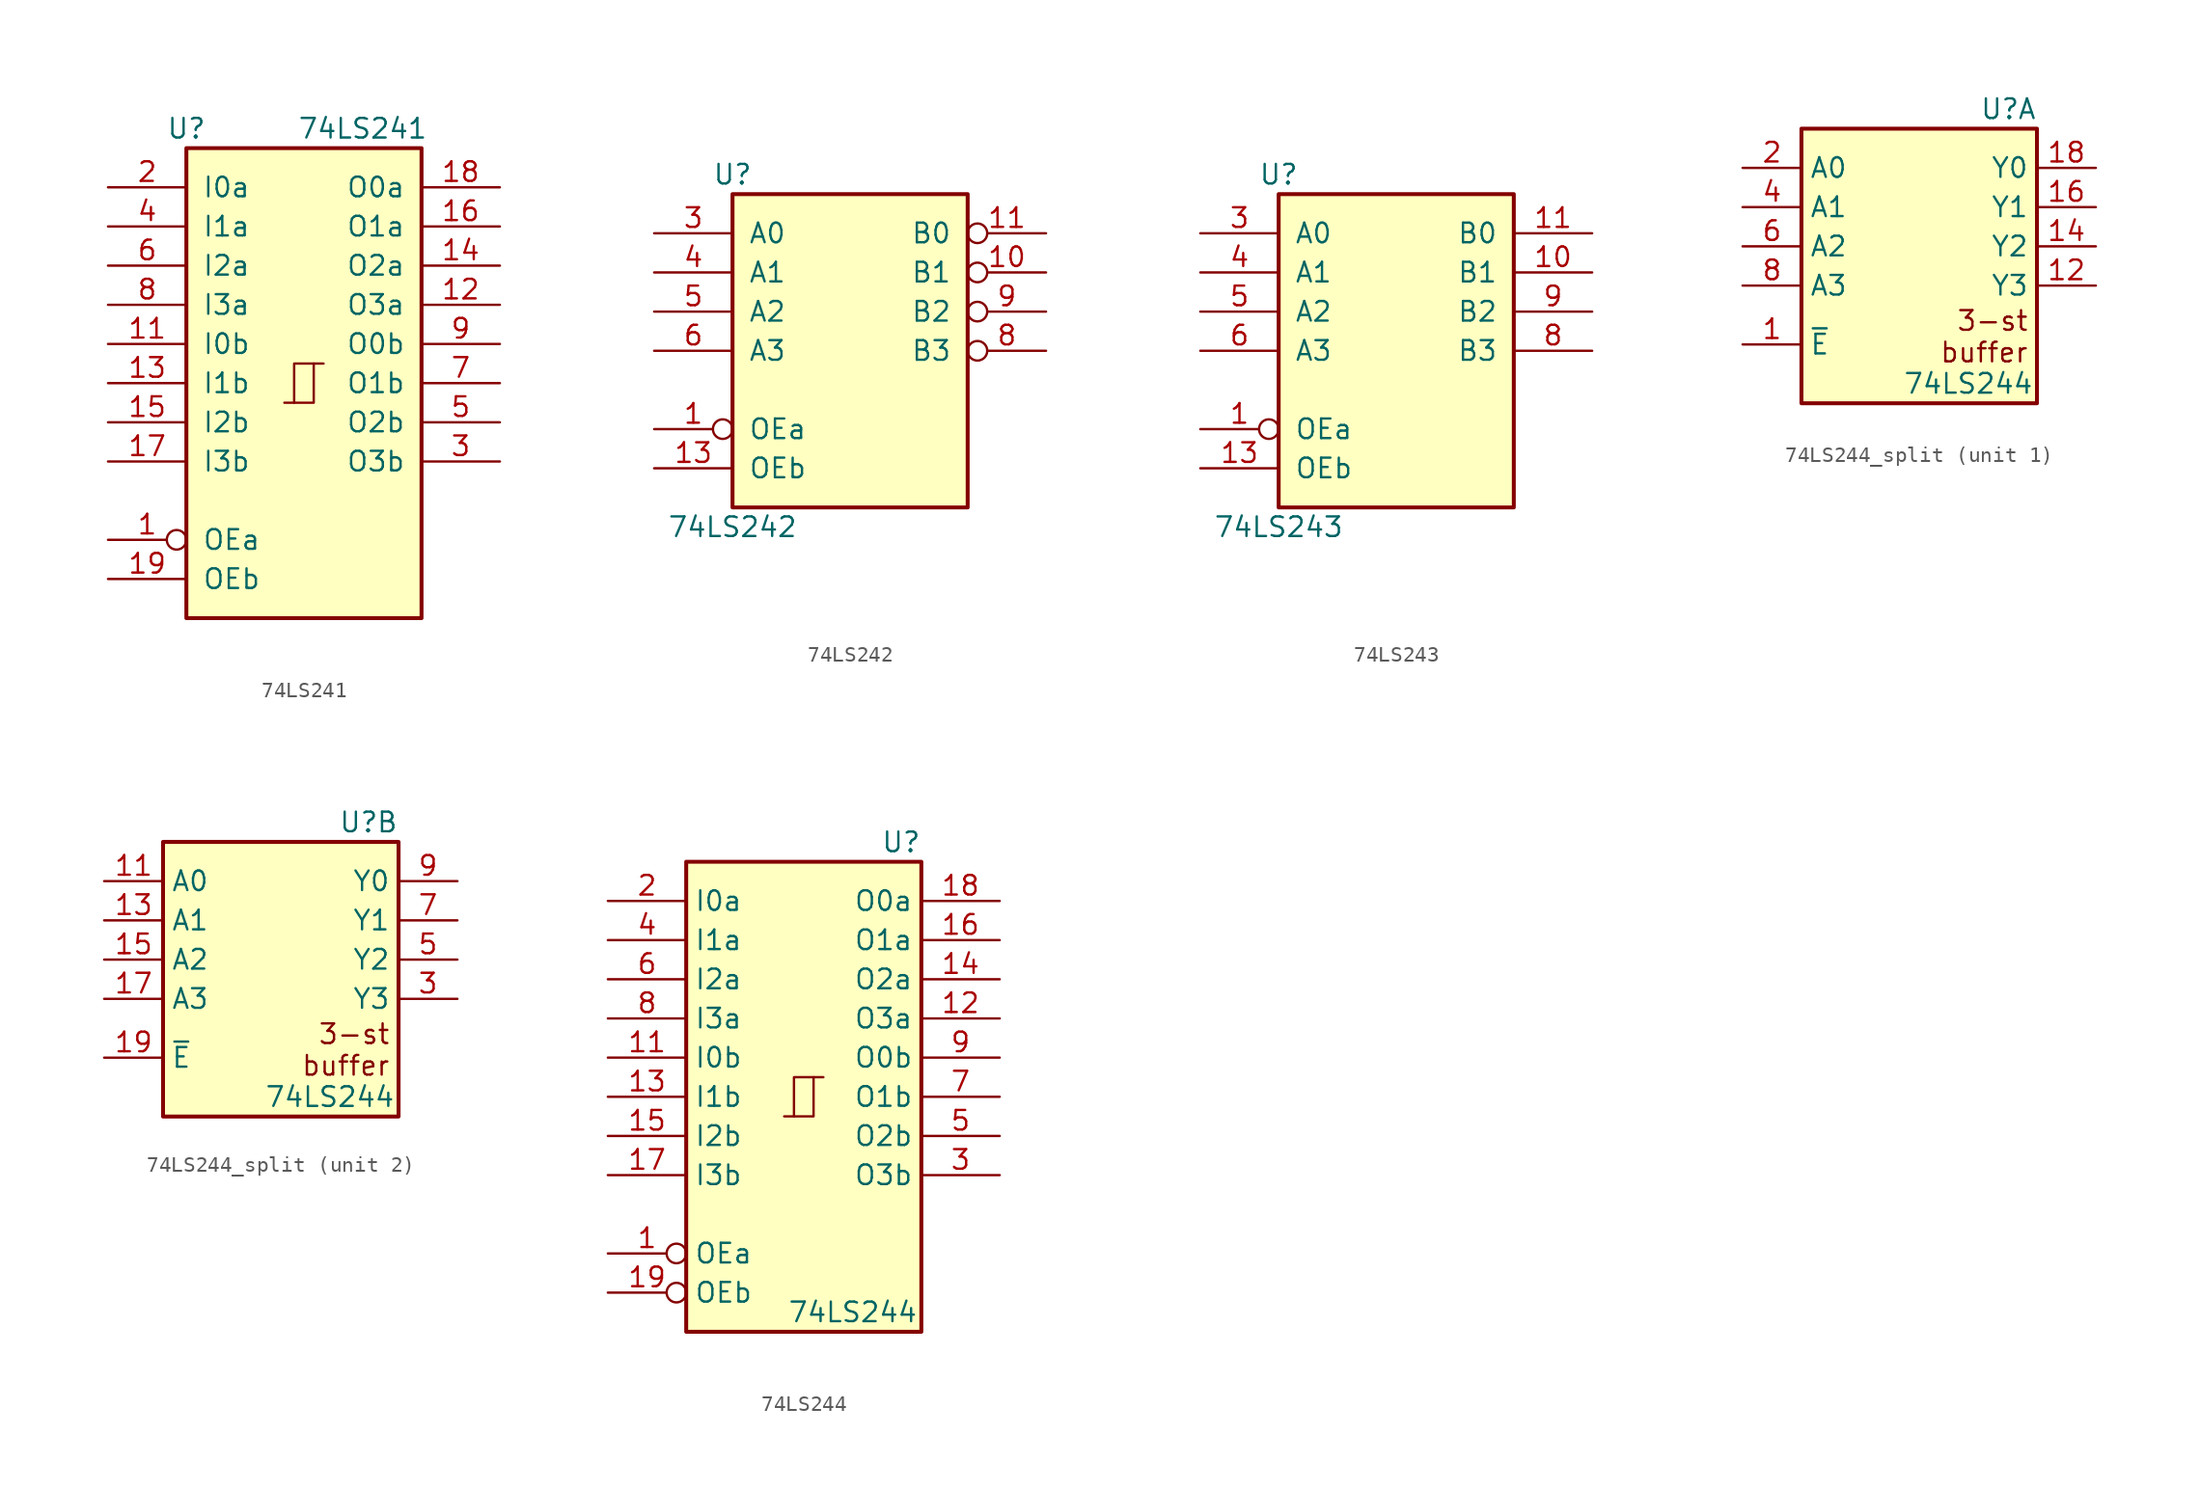
<source format=kicad_sym>
(kicad_symbol_lib
  (version 20231120)
  (generator "kicad_symbol_editor")
  (generator_version "8.0")
  (symbol "74LS241"
    (pin_names
      (offset 1.016))
    (property "Reference" "U"
      (at -7.62 16.51 0)
      (effects (font (size 1.27 1.27))))
    (property "Value" "74LS241"
      (at 3.81 16.51 0)
      (effects (font (size 1.27 1.27))))
    (property "ki_locked" ""
      (at 0 0 0)
      (effects (font (size 1.27 1.27))))
    (symbol "74LS241_1_0"
      (polyline (pts (xy -0.635 -1.27) (xy -0.635 1.27) (xy 0.635 1.27)) (stroke (width 0) (type default)) (fill (type none)))
      (polyline (pts (xy -1.27 -1.27) (xy 0.635 -1.27) (xy 0.635 1.27) (xy 1.27 1.27)) (stroke (width 0) (type default)) (fill (type none)))
      (pin input inverted (at -12.7 -10.16 0) (length 5.08) (name "OEa" (effects (font (size 1.27 1.27)))) (number "1" (effects (font (size 1.27 1.27)))))
      (pin power_in line (at 0 -15.24 90) (length 5.08) hide (name "GND" (effects (font (size 1.27 1.27)))) (number "10" (effects (font (size 1.27 1.27)))))
      (pin input line (at -12.7 2.54 0) (length 5.08) (name "I0b" (effects (font (size 1.27 1.27)))) (number "11" (effects (font (size 1.27 1.27)))))
      (pin tri_state line (at 12.7 5.08 180) (length 5.08) (name "O3a" (effects (font (size 1.27 1.27)))) (number "12" (effects (font (size 1.27 1.27)))))
      (pin input line (at -12.7 0 0) (length 5.08) (name "I1b" (effects (font (size 1.27 1.27)))) (number "13" (effects (font (size 1.27 1.27)))))
      (pin tri_state line (at 12.7 7.62 180) (length 5.08) (name "O2a" (effects (font (size 1.27 1.27)))) (number "14" (effects (font (size 1.27 1.27)))))
      (pin input line (at -12.7 -2.54 0) (length 5.08) (name "I2b" (effects (font (size 1.27 1.27)))) (number "15" (effects (font (size 1.27 1.27)))))
      (pin tri_state line (at 12.7 10.16 180) (length 5.08) (name "O1a" (effects (font (size 1.27 1.27)))) (number "16" (effects (font (size 1.27 1.27)))))
      (pin input line (at -12.7 -5.08 0) (length 5.08) (name "I3b" (effects (font (size 1.27 1.27)))) (number "17" (effects (font (size 1.27 1.27)))))
      (pin tri_state line (at 12.7 12.7 180) (length 5.08) (name "O0a" (effects (font (size 1.27 1.27)))) (number "18" (effects (font (size 1.27 1.27)))))
      (pin input line (at -12.7 -12.7 0) (length 5.08) (name "OEb" (effects (font (size 1.27 1.27)))) (number "19" (effects (font (size 1.27 1.27)))))
      (pin input line (at -12.7 12.7 0) (length 5.08) (name "I0a" (effects (font (size 1.27 1.27)))) (number "2" (effects (font (size 1.27 1.27)))))
      (pin power_in line (at 0 15.24 270) (length 5.08) hide (name "VCC" (effects (font (size 1.27 1.27)))) (number "20" (effects (font (size 1.27 1.27)))))
      (pin tri_state line (at 12.7 -5.08 180) (length 5.08) (name "O3b" (effects (font (size 1.27 1.27)))) (number "3" (effects (font (size 1.27 1.27)))))
      (pin input line (at -12.7 10.16 0) (length 5.08) (name "I1a" (effects (font (size 1.27 1.27)))) (number "4" (effects (font (size 1.27 1.27)))))
      (pin tri_state line (at 12.7 -2.54 180) (length 5.08) (name "O2b" (effects (font (size 1.27 1.27)))) (number "5" (effects (font (size 1.27 1.27)))))
      (pin input line (at -12.7 7.62 0) (length 5.08) (name "I2a" (effects (font (size 1.27 1.27)))) (number "6" (effects (font (size 1.27 1.27)))))
      (pin tri_state line (at 12.7 0 180) (length 5.08) (name "O1b" (effects (font (size 1.27 1.27)))) (number "7" (effects (font (size 1.27 1.27)))))
      (pin input line (at -12.7 5.08 0) (length 5.08) (name "I3a" (effects (font (size 1.27 1.27)))) (number "8" (effects (font (size 1.27 1.27)))))
      (pin tri_state line (at 12.7 2.54 180) (length 5.08) (name "O0b" (effects (font (size 1.27 1.27)))) (number "9" (effects (font (size 1.27 1.27))))))
    (symbol "74LS241_1_1"
      (rectangle (start -7.62 15.24) (end 7.62 -15.24) (stroke (width 0.254) (type default)) (fill (type background)))))
  (symbol "74LS242"
    (pin_names
      (offset 1.016))
    (property "Reference" "U"
      (at -7.62 11.43 0)
      (effects (font (size 1.27 1.27))))
    (property "Value" "74LS242"
      (at -7.62 -11.43 0)
      (effects (font (size 1.27 1.27))))
    (property "ki_locked" ""
      (at 0 0 0)
      (effects (font (size 1.27 1.27))))
    (symbol "74LS242_1_0"
      (pin input inverted (at -12.7 -5.08 0) (length 5.08) (name "OEa" (effects (font (size 1.27 1.27)))) (number "1" (effects (font (size 1.27 1.27)))))
      (pin tri_state inverted (at 12.7 5.08 180) (length 5.08) (name "B1" (effects (font (size 1.27 1.27)))) (number "10" (effects (font (size 1.27 1.27)))))
      (pin tri_state inverted (at 12.7 7.62 180) (length 5.08) (name "B0" (effects (font (size 1.27 1.27)))) (number "11" (effects (font (size 1.27 1.27)))))
      (pin input line (at -12.7 -7.62 0) (length 5.08) (name "OEb" (effects (font (size 1.27 1.27)))) (number "13" (effects (font (size 1.27 1.27)))))
      (pin input line (at 0 15.24 270) (length 5.08) hide (name "VCC" (effects (font (size 1.27 1.27)))) (number "14" (effects (font (size 1.27 1.27)))))
      (pin input line (at -12.7 7.62 0) (length 5.08) (name "A0" (effects (font (size 1.27 1.27)))) (number "3" (effects (font (size 1.27 1.27)))))
      (pin input line (at -12.7 5.08 0) (length 5.08) (name "A1" (effects (font (size 1.27 1.27)))) (number "4" (effects (font (size 1.27 1.27)))))
      (pin input line (at -12.7 2.54 0) (length 5.08) (name "A2" (effects (font (size 1.27 1.27)))) (number "5" (effects (font (size 1.27 1.27)))))
      (pin input line (at -12.7 0 0) (length 5.08) (name "A3" (effects (font (size 1.27 1.27)))) (number "6" (effects (font (size 1.27 1.27)))))
      (pin input line (at 0 -15.24 90) (length 5.08) hide (name "GND" (effects (font (size 1.27 1.27)))) (number "7" (effects (font (size 1.27 1.27)))))
      (pin tri_state inverted (at 12.7 0 180) (length 5.08) (name "B3" (effects (font (size 1.27 1.27)))) (number "8" (effects (font (size 1.27 1.27)))))
      (pin tri_state inverted (at 12.7 2.54 180) (length 5.08) (name "B2" (effects (font (size 1.27 1.27)))) (number "9" (effects (font (size 1.27 1.27))))))
    (symbol "74LS242_1_1"
      (rectangle (start -7.62 10.16) (end 7.62 -10.16) (stroke (width 0.254) (type default)) (fill (type background)))))
  (symbol "74LS243"
    (pin_names
      (offset 1.016))
    (property "Reference" "U"
      (at -7.62 11.43 0)
      (effects (font (size 1.27 1.27))))
    (property "Value" "74LS243"
      (at -7.62 -11.43 0)
      (effects (font (size 1.27 1.27))))
    (property "ki_locked" ""
      (at 0 0 0)
      (effects (font (size 1.27 1.27))))
    (symbol "74LS243_1_0"
      (pin input inverted (at -12.7 -5.08 0) (length 5.08) (name "OEa" (effects (font (size 1.27 1.27)))) (number "1" (effects (font (size 1.27 1.27)))))
      (pin tri_state line (at 12.7 5.08 180) (length 5.08) (name "B1" (effects (font (size 1.27 1.27)))) (number "10" (effects (font (size 1.27 1.27)))))
      (pin tri_state line (at 12.7 7.62 180) (length 5.08) (name "B0" (effects (font (size 1.27 1.27)))) (number "11" (effects (font (size 1.27 1.27)))))
      (pin input line (at -12.7 -7.62 0) (length 5.08) (name "OEb" (effects (font (size 1.27 1.27)))) (number "13" (effects (font (size 1.27 1.27)))))
      (pin input line (at 0 15.24 270) (length 5.08) hide (name "VCC" (effects (font (size 1.27 1.27)))) (number "14" (effects (font (size 1.27 1.27)))))
      (pin input line (at -12.7 7.62 0) (length 5.08) (name "A0" (effects (font (size 1.27 1.27)))) (number "3" (effects (font (size 1.27 1.27)))))
      (pin input line (at -12.7 5.08 0) (length 5.08) (name "A1" (effects (font (size 1.27 1.27)))) (number "4" (effects (font (size 1.27 1.27)))))
      (pin input line (at -12.7 2.54 0) (length 5.08) (name "A2" (effects (font (size 1.27 1.27)))) (number "5" (effects (font (size 1.27 1.27)))))
      (pin input line (at -12.7 0 0) (length 5.08) (name "A3" (effects (font (size 1.27 1.27)))) (number "6" (effects (font (size 1.27 1.27)))))
      (pin input line (at 0 -15.24 90) (length 5.08) hide (name "GND" (effects (font (size 1.27 1.27)))) (number "7" (effects (font (size 1.27 1.27)))))
      (pin tri_state line (at 12.7 0 180) (length 5.08) (name "B3" (effects (font (size 1.27 1.27)))) (number "8" (effects (font (size 1.27 1.27)))))
      (pin tri_state line (at 12.7 2.54 180) (length 5.08) (name "B2" (effects (font (size 1.27 1.27)))) (number "9" (effects (font (size 1.27 1.27))))))
    (symbol "74LS243_1_1"
      (rectangle (start -7.62 10.16) (end 7.62 -10.16) (stroke (width 0.254) (type default)) (fill (type background)))))
  (symbol "74LS244_split"
    (property "Reference" "U"
      (at 7.62 8.89 0)
      (effects (font (size 1.27 1.27)) (justify right)))
    (property "Value" "74LS244"
      (at 3.175 -8.89 0)
      (effects (font (size 1.27 1.27))))
    (property "ki_locked" ""
      (at 0 0 0)
      (effects (font (size 1.27 1.27))))
    (symbol "74LS244_split_1_0"
      (pin input line (at -11.43 -6.35 0) (length 3.81) (name "~{E}" (effects (font (size 1.27 1.27)))) (number "1" (effects (font (size 1.27 1.27)))))
      (pin tri_state line (at 11.43 -2.54 180) (length 3.81) (name "Y3" (effects (font (size 1.27 1.27)))) (number "12" (effects (font (size 1.27 1.27)))))
      (pin tri_state line (at 11.43 0 180) (length 3.81) (name "Y2" (effects (font (size 1.27 1.27)))) (number "14" (effects (font (size 1.27 1.27)))))
      (pin tri_state line (at 11.43 2.54 180) (length 3.81) (name "Y1" (effects (font (size 1.27 1.27)))) (number "16" (effects (font (size 1.27 1.27)))))
      (pin tri_state line (at 11.43 5.08 180) (length 3.81) (name "Y0" (effects (font (size 1.27 1.27)))) (number "18" (effects (font (size 1.27 1.27)))))
      (pin input line (at -11.43 5.08 0) (length 3.81) (name "A0" (effects (font (size 1.27 1.27)))) (number "2" (effects (font (size 1.27 1.27)))))
      (pin power_in line (at 0 7.62 270) (length 3.81) hide (name "VCC" (effects (font (size 1.27 1.27)))) (number "20" (effects (font (size 1.27 1.27)))))
      (pin input line (at -11.43 2.54 0) (length 3.81) (name "A1" (effects (font (size 1.27 1.27)))) (number "4" (effects (font (size 1.27 1.27)))))
      (pin input line (at -11.43 0 0) (length 3.81) (name "A2" (effects (font (size 1.27 1.27)))) (number "6" (effects (font (size 1.27 1.27)))))
      (pin input line (at -11.43 -2.54 0) (length 3.81) (name "A3" (effects (font (size 1.27 1.27)))) (number "8" (effects (font (size 1.27 1.27)))))
      (pin power_in line (at 0 -10.16 90) (length 3.81) hide (name "10" (effects (font (size 1.27 1.27)))) (number "GND" (effects (font (size 1.27 1.27))))))
    (symbol "74LS244_split_1_1"
      (rectangle (start -7.62 7.62) (end 7.62 -10.16) (stroke (width 0.254) (type default)) (fill (type background)))
      (text "3-st\nbuffer" (at 7.112 -5.842 0) (effects (font (size 1.27 1.27)) (justify right))))
    (symbol "74LS244_split_2_0"
      (pin input line (at -11.43 5.08 0) (length 3.81) (name "A0" (effects (font (size 1.27 1.27)))) (number "11" (effects (font (size 1.27 1.27)))))
      (pin input line (at -11.43 2.54 0) (length 3.81) (name "A1" (effects (font (size 1.27 1.27)))) (number "13" (effects (font (size 1.27 1.27)))))
      (pin input line (at -11.43 0 0) (length 3.81) (name "A2" (effects (font (size 1.27 1.27)))) (number "15" (effects (font (size 1.27 1.27)))))
      (pin input line (at -11.43 -2.54 0) (length 3.81) (name "A3" (effects (font (size 1.27 1.27)))) (number "17" (effects (font (size 1.27 1.27)))))
      (pin input line (at -11.43 -6.35 0) (length 3.81) (name "~{E}" (effects (font (size 1.27 1.27)))) (number "19" (effects (font (size 1.27 1.27)))))
      (pin tri_state line (at 11.43 -2.54 180) (length 3.81) (name "Y3" (effects (font (size 1.27 1.27)))) (number "3" (effects (font (size 1.27 1.27)))))
      (pin tri_state line (at 11.43 0 180) (length 3.81) (name "Y2" (effects (font (size 1.27 1.27)))) (number "5" (effects (font (size 1.27 1.27)))))
      (pin tri_state line (at 11.43 2.54 180) (length 3.81) (name "Y1" (effects (font (size 1.27 1.27)))) (number "7" (effects (font (size 1.27 1.27)))))
      (pin tri_state line (at 11.43 5.08 180) (length 3.81) (name "Y0" (effects (font (size 1.27 1.27)))) (number "9" (effects (font (size 1.27 1.27))))))
    (symbol "74LS244_split_2_1"
      (rectangle (start -7.62 7.62) (end 7.62 -10.16) (stroke (width 0.254) (type default)) (fill (type background)))
      (text "3-st\nbuffer" (at 7.112 -5.842 0) (effects (font (size 1.27 1.27)) (justify right)))))
  (symbol "74LS244"
    (property "Reference" "U"
      (at 7.62 16.51 0)
      (effects (font (size 1.27 1.27)) (justify right)))
    (property "Value" "74LS244"
      (at 3.175 -13.97 0)
      (effects (font (size 1.27 1.27))))
    (symbol "74LS244_1_0"
      (polyline (pts (xy -0.635 -1.27) (xy -0.635 1.27) (xy 0.635 1.27)) (stroke (width 0) (type default)) (fill (type none)))
      (polyline (pts (xy -1.27 -1.27) (xy 0.635 -1.27) (xy 0.635 1.27) (xy 1.27 1.27)) (stroke (width 0) (type default)) (fill (type none)))
      (pin input inverted (at -12.7 -10.16 0) (length 5.08) (name "OEa" (effects (font (size 1.27 1.27)))) (number "1" (effects (font (size 1.27 1.27)))))
      (pin power_in line (at 0 -15.24 90) (length 5.08) hide (name "GND" (effects (font (size 1.27 1.27)))) (number "10" (effects (font (size 1.27 1.27)))))
      (pin input line (at -12.7 2.54 0) (length 5.08) (name "I0b" (effects (font (size 1.27 1.27)))) (number "11" (effects (font (size 1.27 1.27)))))
      (pin tri_state line (at 12.7 5.08 180) (length 5.08) (name "O3a" (effects (font (size 1.27 1.27)))) (number "12" (effects (font (size 1.27 1.27)))))
      (pin input line (at -12.7 0 0) (length 5.08) (name "I1b" (effects (font (size 1.27 1.27)))) (number "13" (effects (font (size 1.27 1.27)))))
      (pin tri_state line (at 12.7 7.62 180) (length 5.08) (name "O2a" (effects (font (size 1.27 1.27)))) (number "14" (effects (font (size 1.27 1.27)))))
      (pin input line (at -12.7 -2.54 0) (length 5.08) (name "I2b" (effects (font (size 1.27 1.27)))) (number "15" (effects (font (size 1.27 1.27)))))
      (pin tri_state line (at 12.7 10.16 180) (length 5.08) (name "O1a" (effects (font (size 1.27 1.27)))) (number "16" (effects (font (size 1.27 1.27)))))
      (pin input line (at -12.7 -5.08 0) (length 5.08) (name "I3b" (effects (font (size 1.27 1.27)))) (number "17" (effects (font (size 1.27 1.27)))))
      (pin tri_state line (at 12.7 12.7 180) (length 5.08) (name "O0a" (effects (font (size 1.27 1.27)))) (number "18" (effects (font (size 1.27 1.27)))))
      (pin input inverted (at -12.7 -12.7 0) (length 5.08) (name "OEb" (effects (font (size 1.27 1.27)))) (number "19" (effects (font (size 1.27 1.27)))))
      (pin input line (at -12.7 12.7 0) (length 5.08) (name "I0a" (effects (font (size 1.27 1.27)))) (number "2" (effects (font (size 1.27 1.27)))))
      (pin power_in line (at 0 15.24 270) (length 5.08) hide (name "VCC" (effects (font (size 1.27 1.27)))) (number "20" (effects (font (size 1.27 1.27)))))
      (pin tri_state line (at 12.7 -5.08 180) (length 5.08) (name "O3b" (effects (font (size 1.27 1.27)))) (number "3" (effects (font (size 1.27 1.27)))))
      (pin input line (at -12.7 10.16 0) (length 5.08) (name "I1a" (effects (font (size 1.27 1.27)))) (number "4" (effects (font (size 1.27 1.27)))))
      (pin tri_state line (at 12.7 -2.54 180) (length 5.08) (name "O2b" (effects (font (size 1.27 1.27)))) (number "5" (effects (font (size 1.27 1.27)))))
      (pin input line (at -12.7 7.62 0) (length 5.08) (name "I2a" (effects (font (size 1.27 1.27)))) (number "6" (effects (font (size 1.27 1.27)))))
      (pin tri_state line (at 12.7 0 180) (length 5.08) (name "O1b" (effects (font (size 1.27 1.27)))) (number "7" (effects (font (size 1.27 1.27)))))
      (pin input line (at -12.7 5.08 0) (length 5.08) (name "I3a" (effects (font (size 1.27 1.27)))) (number "8" (effects (font (size 1.27 1.27)))))
      (pin tri_state line (at 12.7 2.54 180) (length 5.08) (name "O0b" (effects (font (size 1.27 1.27)))) (number "9" (effects (font (size 1.27 1.27))))))
    (symbol "74LS244_1_1"
      (rectangle (start -7.62 15.24) (end 7.62 -15.24) (stroke (width 0.254) (type default)) (fill (type background))))))
</source>
